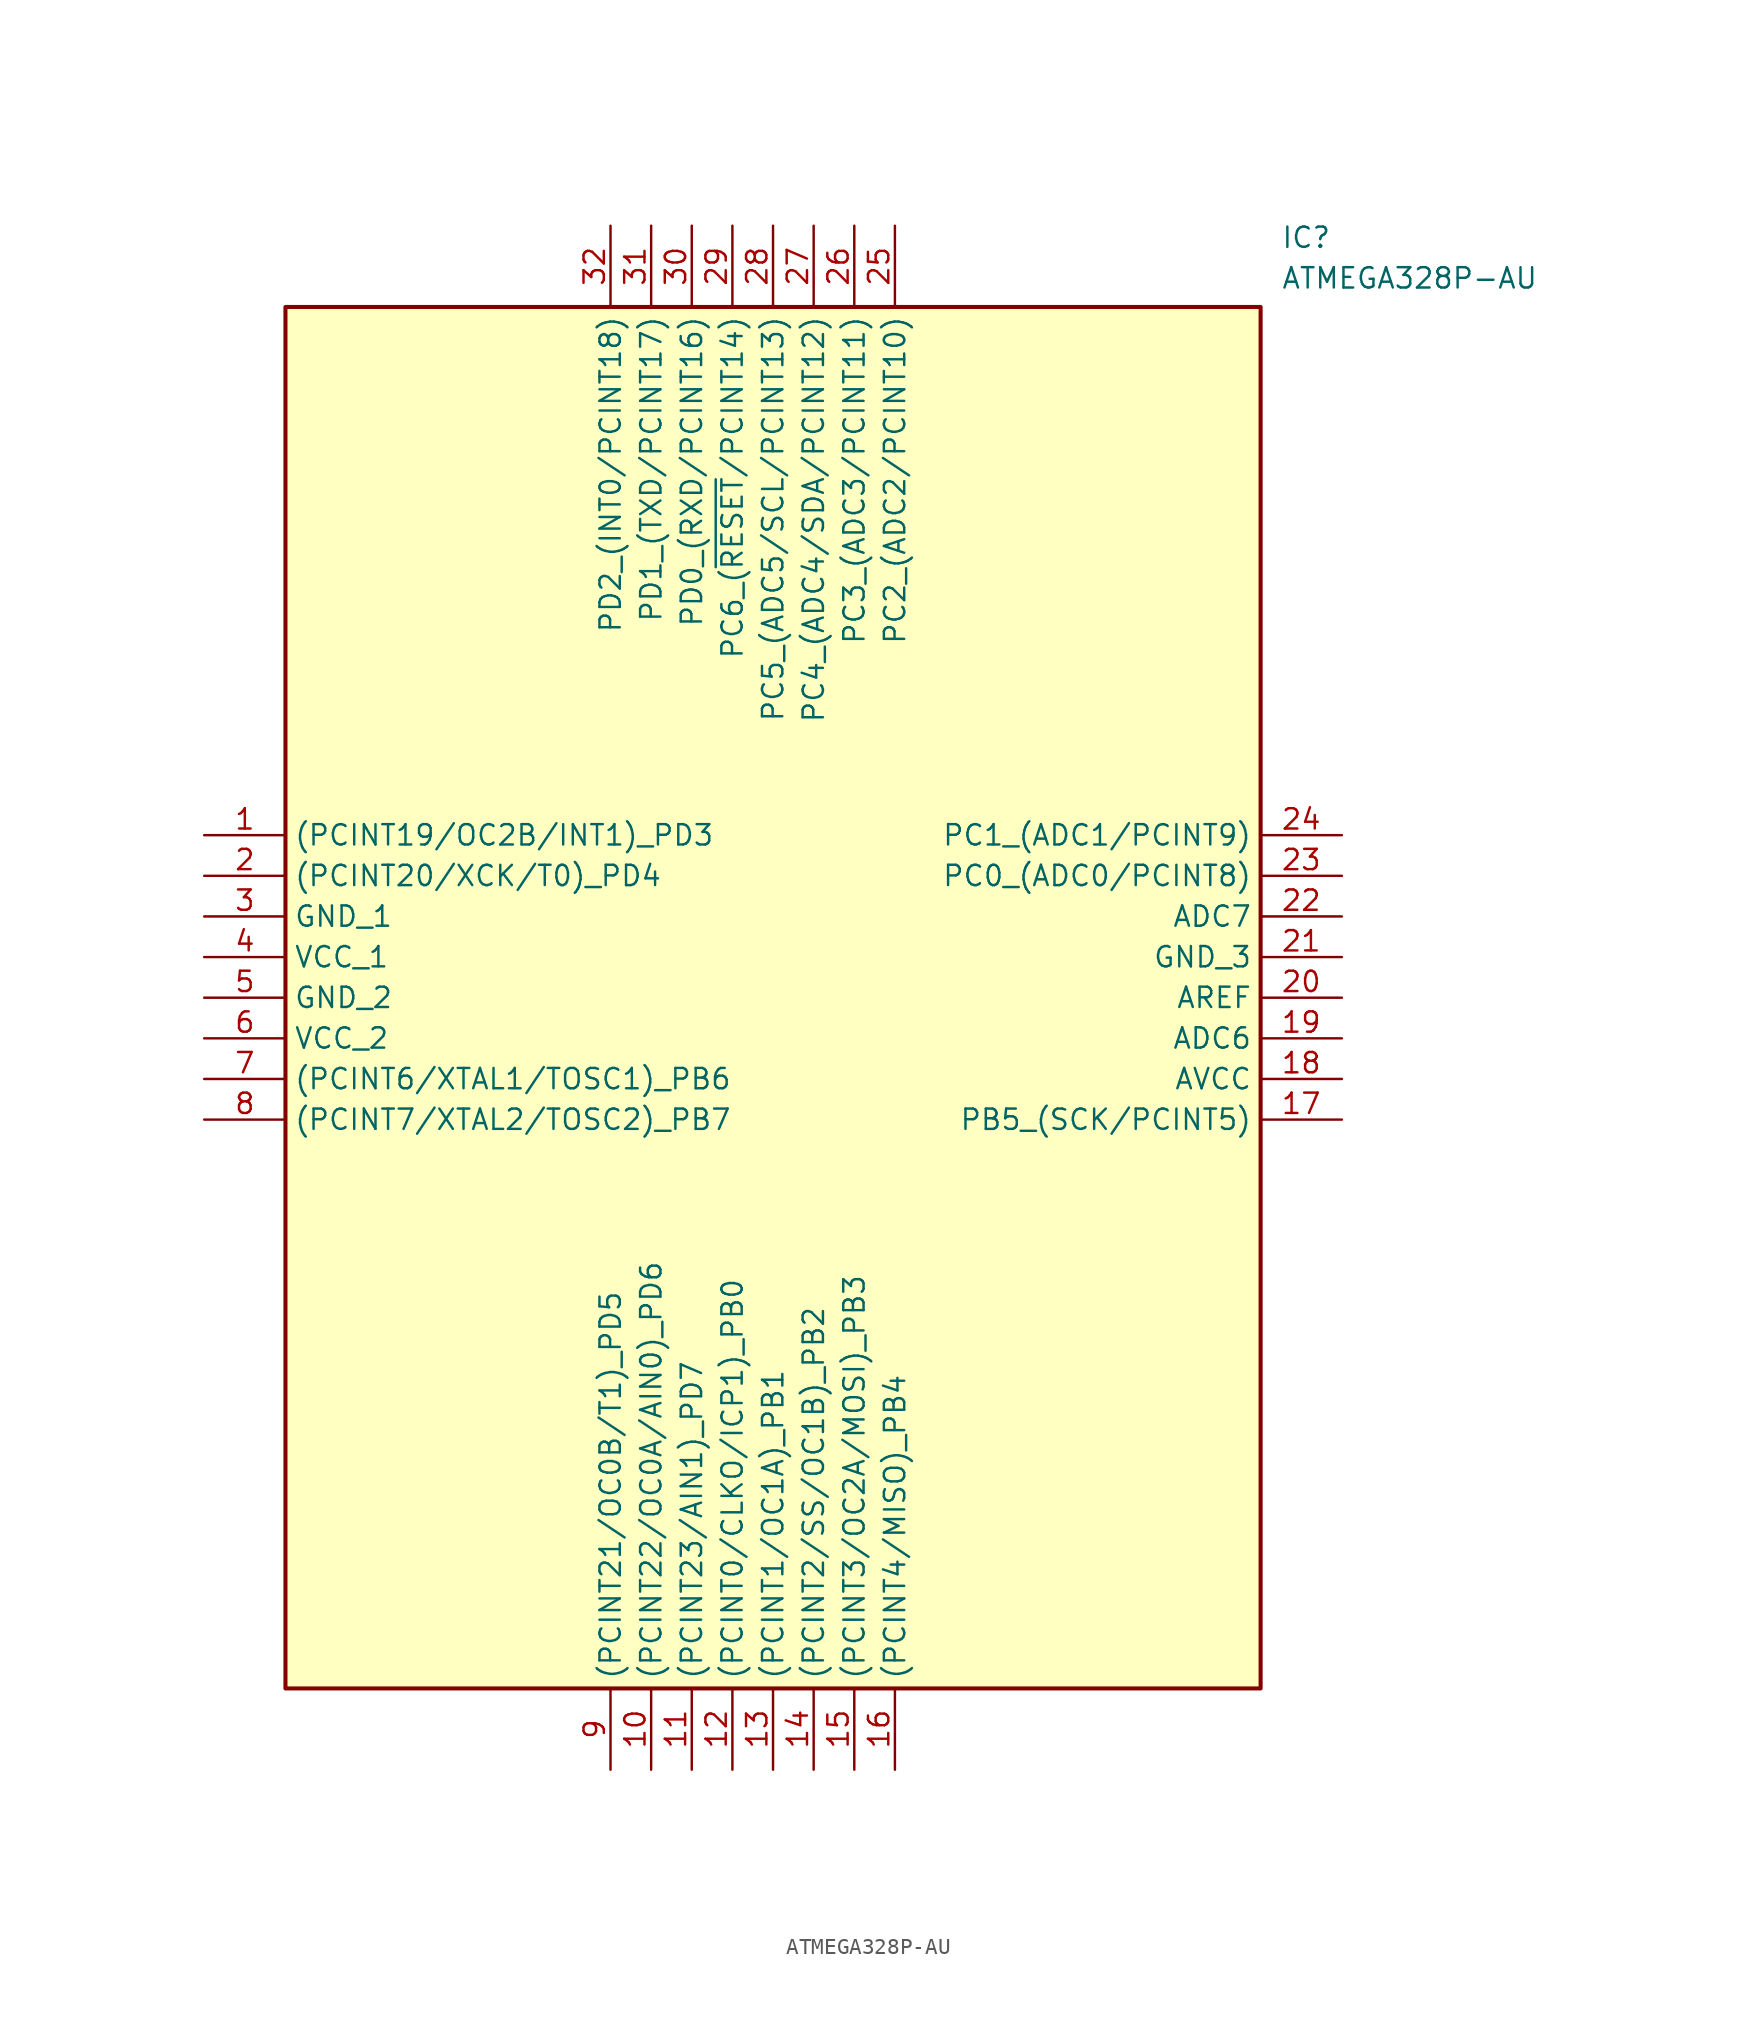
<source format=kicad_sym>
(kicad_symbol_lib
  (version 20211014)
  (generator SamacSys_ECAD_Model)
  (symbol "ATMEGA328P-AU"
    (property "Reference" "IC"
      (at 67.31 38.1 0)
      (effects (font (size 1.27 1.27)) (justify left top)))
    (property "Value" "ATMEGA328P-AU"
      (at 67.31 35.56 0)
      (effects (font (size 1.27 1.27)) (justify left top)))
    (rectangle
      (start 5.08 33.02)
      (end 66.04 -53.34)
      (stroke (width 0.254) (type default))
      (fill (type background)))
    (pin passive line
      (at 0 0 0)
      (length 5.08)
      (name "(PCINT19/OC2B/INT1)_PD3" (effects (font (size 1.27 1.27))))
      (number "1" (effects (font (size 1.27 1.27)))))
    (pin passive line
      (at 0 -2.54 0)
      (length 5.08)
      (name "(PCINT20/XCK/T0)_PD4" (effects (font (size 1.27 1.27))))
      (number "2" (effects (font (size 1.27 1.27)))))
    (pin passive line
      (at 0 -5.08 0)
      (length 5.08)
      (name "GND_1" (effects (font (size 1.27 1.27))))
      (number "3" (effects (font (size 1.27 1.27)))))
    (pin passive line
      (at 0 -7.62 0)
      (length 5.08)
      (name "VCC_1" (effects (font (size 1.27 1.27))))
      (number "4" (effects (font (size 1.27 1.27)))))
    (pin passive line
      (at 0 -10.16 0)
      (length 5.08)
      (name "GND_2" (effects (font (size 1.27 1.27))))
      (number "5" (effects (font (size 1.27 1.27)))))
    (pin passive line
      (at 0 -12.7 0)
      (length 5.08)
      (name "VCC_2" (effects (font (size 1.27 1.27))))
      (number "6" (effects (font (size 1.27 1.27)))))
    (pin passive line
      (at 0 -15.24 0)
      (length 5.08)
      (name "(PCINT6/XTAL1/TOSC1)_PB6" (effects (font (size 1.27 1.27))))
      (number "7" (effects (font (size 1.27 1.27)))))
    (pin passive line
      (at 0 -17.78 0)
      (length 5.08)
      (name "(PCINT7/XTAL2/TOSC2)_PB7" (effects (font (size 1.27 1.27))))
      (number "8" (effects (font (size 1.27 1.27)))))
    (pin passive line
      (at 25.4 -58.42 90)
      (length 5.08)
      (name "(PCINT21/OC0B/T1)_PD5" (effects (font (size 1.27 1.27))))
      (number "9" (effects (font (size 1.27 1.27)))))
    (pin passive line
      (at 27.94 -58.42 90)
      (length 5.08)
      (name "(PCINT22/OC0A/AIN0)_PD6" (effects (font (size 1.27 1.27))))
      (number "10" (effects (font (size 1.27 1.27)))))
    (pin passive line
      (at 30.48 -58.42 90)
      (length 5.08)
      (name "(PCINT23/AIN1)_PD7" (effects (font (size 1.27 1.27))))
      (number "11" (effects (font (size 1.27 1.27)))))
    (pin passive line
      (at 33.02 -58.42 90)
      (length 5.08)
      (name "(PCINT0/CLKO/ICP1)_PB0" (effects (font (size 1.27 1.27))))
      (number "12" (effects (font (size 1.27 1.27)))))
    (pin passive line
      (at 35.56 -58.42 90)
      (length 5.08)
      (name "(PCINT1/OC1A)_PB1" (effects (font (size 1.27 1.27))))
      (number "13" (effects (font (size 1.27 1.27)))))
    (pin passive line
      (at 38.1 -58.42 90)
      (length 5.08)
      (name "(PCINT2/SS/OC1B)_PB2" (effects (font (size 1.27 1.27))))
      (number "14" (effects (font (size 1.27 1.27)))))
    (pin passive line
      (at 40.64 -58.42 90)
      (length 5.08)
      (name "(PCINT3/OC2A/MOSI)_PB3" (effects (font (size 1.27 1.27))))
      (number "15" (effects (font (size 1.27 1.27)))))
    (pin passive line
      (at 43.18 -58.42 90)
      (length 5.08)
      (name "(PCINT4/MISO)_PB4" (effects (font (size 1.27 1.27))))
      (number "16" (effects (font (size 1.27 1.27)))))
    (pin passive line
      (at 71.12 0 180)
      (length 5.08)
      (name "PC1_(ADC1/PCINT9)" (effects (font (size 1.27 1.27))))
      (number "24" (effects (font (size 1.27 1.27)))))
    (pin passive line
      (at 71.12 -2.54 180)
      (length 5.08)
      (name "PC0_(ADC0/PCINT8)" (effects (font (size 1.27 1.27))))
      (number "23" (effects (font (size 1.27 1.27)))))
    (pin passive line
      (at 71.12 -5.08 180)
      (length 5.08)
      (name "ADC7" (effects (font (size 1.27 1.27))))
      (number "22" (effects (font (size 1.27 1.27)))))
    (pin passive line
      (at 71.12 -7.62 180)
      (length 5.08)
      (name "GND_3" (effects (font (size 1.27 1.27))))
      (number "21" (effects (font (size 1.27 1.27)))))
    (pin passive line
      (at 71.12 -10.16 180)
      (length 5.08)
      (name "AREF" (effects (font (size 1.27 1.27))))
      (number "20" (effects (font (size 1.27 1.27)))))
    (pin passive line
      (at 71.12 -12.7 180)
      (length 5.08)
      (name "ADC6" (effects (font (size 1.27 1.27))))
      (number "19" (effects (font (size 1.27 1.27)))))
    (pin passive line
      (at 71.12 -15.24 180)
      (length 5.08)
      (name "AVCC" (effects (font (size 1.27 1.27))))
      (number "18" (effects (font (size 1.27 1.27)))))
    (pin passive line
      (at 71.12 -17.78 180)
      (length 5.08)
      (name "PB5_(SCK/PCINT5)" (effects (font (size 1.27 1.27))))
      (number "17" (effects (font (size 1.27 1.27)))))
    (pin passive line
      (at 25.4 38.1 270)
      (length 5.08)
      (name "PD2_(INT0/PCINT18)" (effects (font (size 1.27 1.27))))
      (number "32" (effects (font (size 1.27 1.27)))))
    (pin passive line
      (at 27.94 38.1 270)
      (length 5.08)
      (name "PD1_(TXD/PCINT17)" (effects (font (size 1.27 1.27))))
      (number "31" (effects (font (size 1.27 1.27)))))
    (pin passive line
      (at 30.48 38.1 270)
      (length 5.08)
      (name "PD0_(RXD/PCINT16)" (effects (font (size 1.27 1.27))))
      (number "30" (effects (font (size 1.27 1.27)))))
    (pin passive line
      (at 33.02 38.1 270)
      (length 5.08)
      (name "PC6_(~{RESET}/PCINT14)" (effects (font (size 1.27 1.27))))
      (number "29" (effects (font (size 1.27 1.27)))))
    (pin passive line
      (at 35.56 38.1 270)
      (length 5.08)
      (name "PC5_(ADC5/SCL/PCINT13)" (effects (font (size 1.27 1.27))))
      (number "28" (effects (font (size 1.27 1.27)))))
    (pin passive line
      (at 38.1 38.1 270)
      (length 5.08)
      (name "PC4_(ADC4/SDA/PCINT12)" (effects (font (size 1.27 1.27))))
      (number "27" (effects (font (size 1.27 1.27)))))
    (pin passive line
      (at 40.64 38.1 270)
      (length 5.08)
      (name "PC3_(ADC3/PCINT11)" (effects (font (size 1.27 1.27))))
      (number "26" (effects (font (size 1.27 1.27)))))
    (pin passive line
      (at 43.18 38.1 270)
      (length 5.08)
      (name "PC2_(ADC2/PCINT10)" (effects (font (size 1.27 1.27))))
      (number "25" (effects (font (size 1.27 1.27)))))))
</source>
